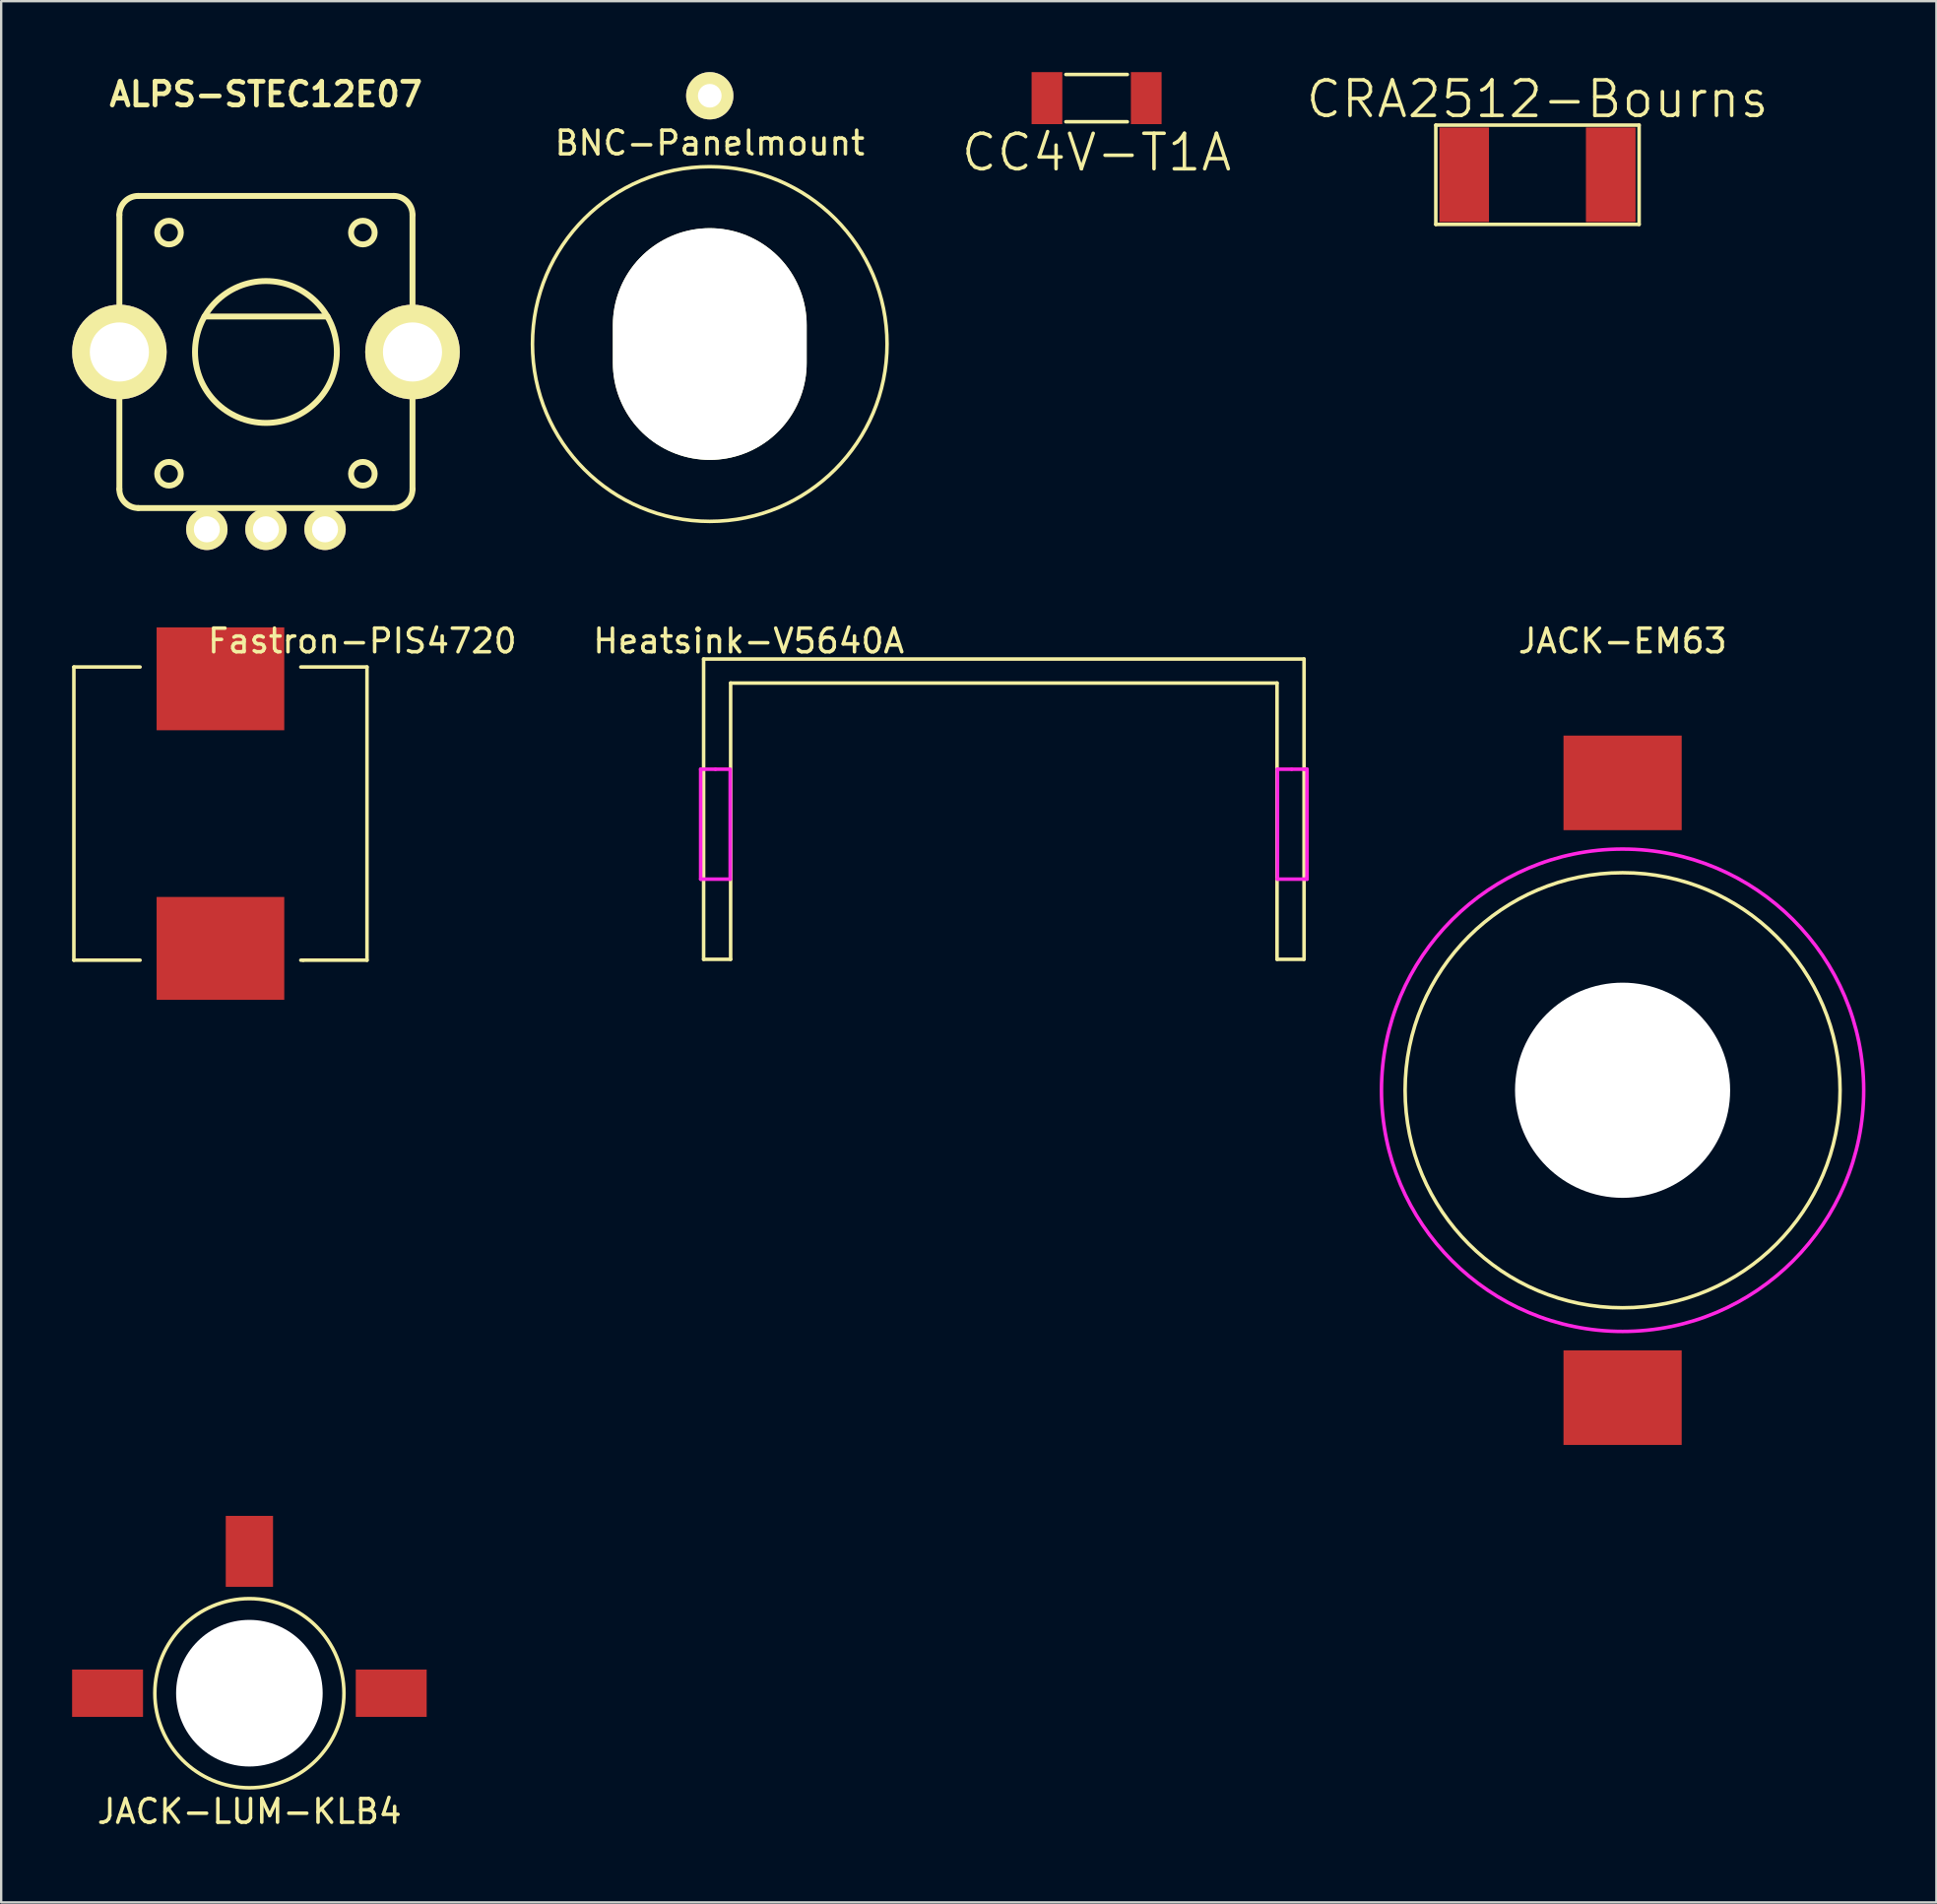
<source format=kicad_pcb>
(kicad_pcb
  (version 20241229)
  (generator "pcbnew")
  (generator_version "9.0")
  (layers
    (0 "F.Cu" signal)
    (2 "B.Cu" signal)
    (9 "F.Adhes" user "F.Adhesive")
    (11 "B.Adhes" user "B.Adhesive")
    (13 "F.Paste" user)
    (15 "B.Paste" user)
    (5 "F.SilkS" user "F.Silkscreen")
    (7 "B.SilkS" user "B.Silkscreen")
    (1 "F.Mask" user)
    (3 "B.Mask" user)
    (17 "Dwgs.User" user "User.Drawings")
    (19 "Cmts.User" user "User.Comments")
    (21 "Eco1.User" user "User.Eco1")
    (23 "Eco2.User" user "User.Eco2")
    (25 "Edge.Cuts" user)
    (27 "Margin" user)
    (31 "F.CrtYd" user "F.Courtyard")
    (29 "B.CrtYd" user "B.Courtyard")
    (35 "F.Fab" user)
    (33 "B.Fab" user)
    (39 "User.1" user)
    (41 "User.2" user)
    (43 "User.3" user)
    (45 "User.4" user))
  (footprint "Fastron-PIS4720"
    (layer "F.Cu")
    (at 6.275 31.359)
    (property "Reference" "Fastron-PIS4720" (at 6 -7.3 0) (layer "F.SilkS") (effects (font (size 1 1) (thickness 0.15))))
    (attr through_hole)
    (fp_line (start -6.2 -6.2) (end -6.2 6.2) (stroke (width 0.15) (type solid)) (layer "F.SilkS"))
    (fp_line (start -6.2 6.2) (end -3.4 6.2) (stroke (width 0.15) (type solid)) (layer "F.SilkS"))
    (fp_line (start -3.4 -6.2) (end -6.2 -6.2) (stroke (width 0.15) (type solid)) (layer "F.SilkS"))
    (fp_line (start 3.4 -6.2) (end 6.2 -6.2) (stroke (width 0.15) (type solid)) (layer "F.SilkS"))
    (fp_line (start 3.5 6.2) (end 3.4 6.2) (stroke (width 0.15) (type solid)) (layer "F.SilkS"))
    (fp_line (start 6.2 -6.2) (end 6.2 6.2) (stroke (width 0.15) (type solid)) (layer "F.SilkS"))
    (fp_line (start 6.2 6.2) (end 3.5 6.2) (stroke (width 0.15) (type solid)) (layer "F.SilkS"))
    (pad "1" smd rect (at 0 -5.7) (size 5.4 4.35) (layers "F.Cu" "F.Mask" "F.Paste"))
    (pad "2" smd rect (at 0 5.7) (size 5.4 4.35) (layers "F.Cu" "F.Mask" "F.Paste")))
  (footprint "Heatsink-V5640A"
    (layer "F.Cu")
    (at 39.415 31.806)
    (property "Reference" "Heatsink-V5640A" (at -10.795 -7.747 0) (layer "F.SilkS") (effects (font (size 1 1) (thickness 0.15))))
    (attr through_hole)
    (fp_line (start -12.7 -6.985) (end 12.7 -6.985) (stroke (width 0.15) (type solid)) (layer "F.SilkS"))
    (fp_line (start -12.7 5.715) (end -12.7 -6.985) (stroke (width 0.15) (type solid)) (layer "F.SilkS"))
    (fp_line (start -11.557 -5.969) (end -11.557 5.715) (stroke (width 0.15) (type solid)) (layer "F.SilkS"))
    (fp_line (start -11.557 5.715) (end -12.7 5.715) (stroke (width 0.15) (type solid)) (layer "F.SilkS"))
    (fp_line (start 11.557 -5.969) (end -11.557 -5.969) (stroke (width 0.15) (type solid)) (layer "F.SilkS"))
    (fp_line (start 11.557 5.715) (end 11.557 -5.969) (stroke (width 0.15) (type solid)) (layer "F.SilkS"))
    (fp_line (start 12.7 -6.985) (end 12.7 5.715) (stroke (width 0.15) (type solid)) (layer "F.SilkS"))
    (fp_line (start 12.7 5.715) (end 11.557 5.715) (stroke (width 0.15) (type solid)) (layer "F.SilkS"))
    (fp_line (start -12.825 -2.325) (end -12.825 2.325) (stroke (width 0.15) (type solid)) (layer "F.CrtYd"))
    (fp_line (start -12.825 -2.325) (end -12.2 -2.325) (stroke (width 0.15) (type solid)) (layer "F.CrtYd"))
    (fp_line (start -12.8 2.325) (end -12.825 2.325) (stroke (width 0.15) (type solid)) (layer "F.CrtYd"))
    (fp_line (start -12.2 -2.325) (end -11.625 -2.325) (stroke (width 0.15) (type solid)) (layer "F.CrtYd"))
    (fp_line (start -11.575 2.325) (end -12.8 2.325) (stroke (width 0.15) (type solid)) (layer "F.CrtYd"))
    (fp_line (start -11.575 2.325) (end -11.575 -2.325) (stroke (width 0.15) (type solid)) (layer "F.CrtYd"))
    (fp_line (start 11.575 -2.325) (end 12.175 -2.325) (stroke (width 0.15) (type solid)) (layer "F.CrtYd"))
    (fp_line (start 11.575 2.325) (end 11.575 -2.325) (stroke (width 0.15) (type solid)) (layer "F.CrtYd"))
    (fp_line (start 12.175 -2.325) (end 12.725 -2.325) (stroke (width 0.15) (type solid)) (layer "F.CrtYd"))
    (fp_line (start 12.725 -2.325) (end 12.775 -2.325) (stroke (width 0.15) (type solid)) (layer "F.CrtYd"))
    (fp_line (start 12.775 -2.325) (end 12.825 -2.325) (stroke (width 0.15) (type solid)) (layer "F.CrtYd"))
    (fp_line (start 12.825 -2.325) (end 12.825 2.25) (stroke (width 0.15) (type solid)) (layer "F.CrtYd"))
    (fp_line (start 12.825 2.25) (end 12.825 2.325) (stroke (width 0.15) (type solid)) (layer "F.CrtYd"))
    (fp_line (start 12.825 2.325) (end 11.575 2.325) (stroke (width 0.15) (type solid)) (layer "F.CrtYd")))
  (footprint "CC4V-T1A"
    (layer "F.Cu")
    (at 43.339 1.1)
    (property "Reference" "CC4V-T1A" (at 0 2.3 0) (layer "F.SilkS") (effects (font (size 1.5 1.5) (thickness 0.15))))
    (attr through_hole)
    (fp_line (start -1.3 -1) (end 1.3 -1) (stroke (width 0.15) (type solid)) (layer "F.SilkS"))
    (fp_line (start -1.3 1) (end 1.3 1) (stroke (width 0.15) (type solid)) (layer "F.SilkS"))
    (pad "1" smd rect (at -2.1 0) (size 1.3 2.2) (layers "F.Cu" "F.Mask" "F.Paste"))
    (pad "2" smd rect (at 2.1 0) (size 1.3 2.2) (layers "F.Cu" "F.Mask" "F.Paste")))
  (footprint "JACK-EM63"
    (layer "F.Cu")
    (at 65.59 43.059)
    (property "Reference" "JACK-EM63" (at 0 -19 0) (layer "F.SilkS") (effects (font (size 1 1) (thickness 0.15))))
    (attr through_hole)
    (fp_circle (center 0 0) (end 0 -9.2) (stroke (width 0.15) (type solid)) (fill no) (layer "F.SilkS"))
    (fp_circle (center 0 0) (end 0 -10.2) (stroke (width 0.15) (type solid)) (fill no) (layer "F.CrtYd"))
    (pad "" np_thru_hole circle (at 0 0) (size 9.1 9.1) (drill 9.1) (layers "*.Cu" "*.Mask"))
    (pad "1" smd rect (at 0 -13) (size 5 4) (layers "F.Cu" "F.Mask" "F.Paste"))
    (pad "3" smd rect (at 0 13) (size 5 4) (layers "F.Cu" "F.Mask" "F.Paste")))
  (footprint "CRA2512-Bourns"
    (layer "F.Cu")
    (at 61.989 4.341)
    (property "Reference" "CRA2512-Bourns" (at 0 -3.2 0) (layer "F.SilkS") (effects (font (size 1.5 1.5) (thickness 0.15))))
    (attr through_hole)
    (fp_line (start -4.3 -2.1) (end -4.3 2.1) (stroke (width 0.15) (type solid)) (layer "F.SilkS"))
    (fp_line (start -4.3 2.1) (end 4.3 2.1) (stroke (width 0.15) (type solid)) (layer "F.SilkS"))
    (fp_line (start 4.3 -2.1) (end -4.3 -2.1) (stroke (width 0.15) (type solid)) (layer "F.SilkS"))
    (fp_line (start 4.3 2.1) (end 4.3 -2.1) (stroke (width 0.15) (type solid)) (layer "F.SilkS"))
    (pad "1" smd rect (at -3.1 0) (size 2.1 4) (layers "F.Cu" "F.Mask" "F.Paste"))
    (pad "2" smd rect (at 3.1 0) (size 2.1 4) (layers "F.Cu" "F.Mask" "F.Paste")))
  (footprint "JACK-LUM-KLB4"
    (layer "F.Cu")
    (at 7.5 68.559)
    (property "Reference" "JACK-LUM-KLB4" (at 0 5 0) (layer "F.SilkS") (effects (font (size 1 1) (thickness 0.15))))
    (attr through_hole)
    (fp_circle (center 0 0) (end 4 0) (stroke (width 0.15) (type solid)) (fill no) (layer "F.SilkS"))
    (pad "" np_thru_hole circle (at 0 0) (size 6.2 6.2) (drill 6.2) (layers "*.Cu" "*.Mask"))
    (pad "1" smd rect (at -6 0) (size 3 2) (layers "F.Cu" "F.Mask" "F.Paste"))
    (pad "2" smd rect (at 0 -6) (size 2 3) (layers "F.Cu" "F.Mask" "F.Paste"))
    (pad "3" smd rect (at 6 0) (size 3 2) (layers "F.Cu" "F.Mask" "F.Paste")))
  (footprint "ALPS-STEC12E07"
    (layer "F.Cu")
    (at 8.2 11.836)
    (property "Reference" "ALPS-STEC12E07" (at 0 -10.9 0) (layer "F.SilkS") (effects (font (size 1 1) (thickness 0.2))))
    (attr through_hole)
    (fp_line (start -6.2 5.8) (end -6.2 -5.8) (stroke (width 0.25) (type solid)) (layer "F.SilkS"))
    (fp_line (start -5.4 -6.6) (end 5.4 -6.6) (stroke (width 0.25) (type solid)) (layer "F.SilkS"))
    (fp_line (start -5.4 6.6) (end 5.4 6.6) (stroke (width 0.25) (type solid)) (layer "F.SilkS"))
    (fp_line (start -2.6 -1.5) (end 2.6 -1.5) (stroke (width 0.25) (type solid)) (layer "F.SilkS"))
    (fp_line (start 6.2 -5.8) (end 6.2 5.8) (stroke (width 0.25) (type solid)) (layer "F.SilkS"))
    (fp_arc (start -6.2 -5.8) (mid -5.965685 -6.365685) (end -5.4 -6.6) (stroke (width 0.25) (type solid)) (layer "F.SilkS"))
    (fp_arc (start -5.4 6.6) (mid -5.965685 6.365685) (end -6.2 5.8) (stroke (width 0.25) (type solid)) (layer "F.SilkS"))
    (fp_arc (start 5.4 -6.6) (mid 5.965685 -6.365685) (end 6.2 -5.8) (stroke (width 0.25) (type solid)) (layer "F.SilkS"))
    (fp_arc (start 6.2 5.8) (mid 5.965685 6.365685) (end 5.4 6.6) (stroke (width 0.25) (type solid)) (layer "F.SilkS"))
    (fp_circle (center -4.1 -5.05) (end -3.6 -5.05) (stroke (width 0.25) (type solid)) (fill no) (layer "F.SilkS"))
    (fp_circle (center -4.1 5.15) (end -3.6 5.15) (stroke (width 0.25) (type solid)) (fill no) (layer "F.SilkS"))
    (fp_circle (center 0 0) (end 3 0) (stroke (width 0.25) (type solid)) (fill no) (layer "F.SilkS"))
    (fp_circle (center 4.1 -5.05) (end 4.6 -5.05) (stroke (width 0.25) (type solid)) (fill no) (layer "F.SilkS"))
    (fp_circle (center 4.1 5.15) (end 4.6 5.15) (stroke (width 0.25) (type solid)) (fill no) (layer "F.SilkS"))
    (pad "A" thru_hole circle (at -2.5 7.5) (size 1.75 1.75) (drill 1.1) (layers "*.Cu" "*.Mask" "F.SilkS"))
    (pad "B" thru_hole circle (at 2.5 7.5) (size 1.75 1.75) (drill 1.1) (layers "*.Cu" "*.Mask" "F.SilkS"))
    (pad "C" thru_hole circle (at 0 7.5) (size 1.75 1.75) (drill 1.1) (layers "*.Cu" "*.Mask" "F.SilkS"))
    (pad "body" thru_hole oval (at -6.2 0) (size 4 4) (drill 2.5) (layers "*.Cu" "*.Mask" "F.SilkS"))
    (pad "body" thru_hole oval (at 6.2 0) (size 4 4) (drill 2.5) (layers "*.Cu" "*.Mask" "F.SilkS")))
  (footprint "BNC-Panelmount"
    (layer "F.Cu")
    (at 26.975 11.5)
    (property "Reference" "BNC-Panelmount" (at 0 -8.5 0) (layer "F.SilkS") (effects (font (size 1 1) (thickness 0.15))))
    (attr through_hole)
    (fp_circle (center 0 0) (end 7.5 0) (stroke (width 0.15) (type solid)) (fill no) (layer "F.SilkS"))
    (pad "" np_thru_hole oval (at 0 0) (size 8.2 9.8) (drill oval 8.2 9.8) (layers "*.Cu" "*.Mask" "F.SilkS"))
    (pad "1" thru_hole circle (at 0 -10.5) (size 2 2) (drill 1) (layers "*.Cu" "*.Mask" "F.SilkS")))
  (gr_rect
    (start -3 -3)
    (end 78.865 77.407)
    (stroke (width 0.1) (type default))
    (fill no)
    (layer "Edge.Cuts")))
</source>
